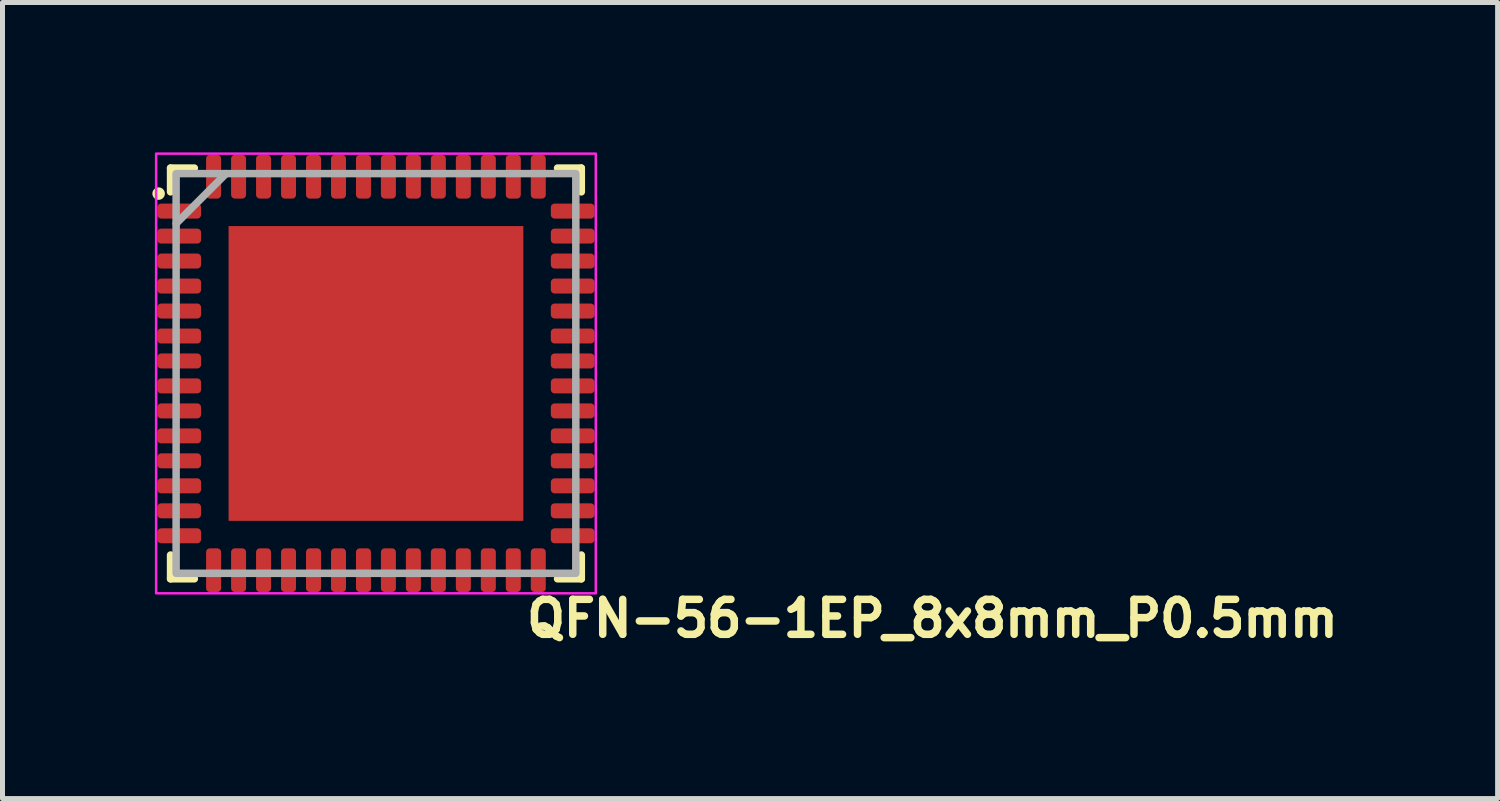
<source format=kicad_pcb>
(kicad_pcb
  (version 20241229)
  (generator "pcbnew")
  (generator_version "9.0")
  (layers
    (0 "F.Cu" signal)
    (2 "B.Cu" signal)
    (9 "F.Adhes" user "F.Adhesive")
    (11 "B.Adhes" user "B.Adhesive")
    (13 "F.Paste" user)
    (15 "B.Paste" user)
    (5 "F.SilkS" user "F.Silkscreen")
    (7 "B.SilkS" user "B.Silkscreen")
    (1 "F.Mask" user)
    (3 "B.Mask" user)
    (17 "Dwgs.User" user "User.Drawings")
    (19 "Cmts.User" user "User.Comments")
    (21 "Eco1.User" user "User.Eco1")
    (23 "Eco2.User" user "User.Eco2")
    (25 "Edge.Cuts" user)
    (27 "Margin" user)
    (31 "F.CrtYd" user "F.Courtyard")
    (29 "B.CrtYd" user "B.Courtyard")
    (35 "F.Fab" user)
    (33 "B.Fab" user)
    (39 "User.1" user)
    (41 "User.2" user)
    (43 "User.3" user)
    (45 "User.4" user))
  (footprint "QFN-56-1EP_8x8mm_P0.5mm"
    (layer "F.Cu")
    (at 4.475 4.425)
    (property "Reference" "QFN-56-1EP_8x8mm_P0.5mm" (at 2.94 5.314 0) (layer "F.SilkS") (effects (font (size 0.7 0.7) (thickness 0.15)) (justify left bottom)))
    (attr smd)
    (fp_line (start -4.111 -3.635) (end -4.111 -4.111) (stroke (width 0.15) (type solid)) (layer "F.SilkS"))
    (fp_line (start -4.111 4.11) (end -4.111 3.634) (stroke (width 0.15) (type solid)) (layer "F.SilkS"))
    (fp_line (start -3.635 -4.111) (end -4.111 -4.111) (stroke (width 0.15) (type solid)) (layer "F.SilkS"))
    (fp_line (start -3.635 4.11) (end -4.111 4.11) (stroke (width 0.15) (type solid)) (layer "F.SilkS"))
    (fp_line (start 3.634 -4.111) (end 4.11 -4.111) (stroke (width 0.15) (type solid)) (layer "F.SilkS"))
    (fp_line (start 3.634 4.11) (end 4.11 4.11) (stroke (width 0.15) (type solid)) (layer "F.SilkS"))
    (fp_line (start 4.11 -4.111) (end 4.11 -3.635) (stroke (width 0.15) (type solid)) (layer "F.SilkS"))
    (fp_line (start 4.11 4.11) (end 4.11 3.634) (stroke (width 0.15) (type solid)) (layer "F.SilkS"))
    (fp_circle (center -4.35 -3.6) (end -4.3 -3.6) (stroke (width 0.15) (type solid)) (fill yes) (layer "F.SilkS"))
    (fp_rect (start 4.4 4.4) (end -4.4 -4.4) (stroke (width 0.05) (type solid)) (fill no) (layer "F.CrtYd"))
    (fp_line (start -4 -3) (end -3 -4) (stroke (width 0.15) (type solid)) (layer "F.Fab"))
    (fp_rect (start 4 4) (end -4 -4) (stroke (width 0.15) (type solid)) (fill no) (layer "F.Fab"))
    (fp_rect (start -4.05 -4.05) (end 4.05 4.05) (stroke (width 0.15) (type solid)) (fill no) (layer "User.5"))
    (fp_line (start -4.05 -3.375) (end -4 -3.375) (stroke (width 0.01) (type solid)) (layer "User.9"))
    (fp_line (start -4.05 -3.125) (end -4.05 -3.375) (stroke (width 0.01) (type solid)) (layer "User.9"))
    (fp_line (start -4.05 -3.125) (end -4 -3.125) (stroke (width 0.01) (type solid)) (layer "User.9"))
    (fp_line (start -4.05 -2.875) (end -4 -2.875) (stroke (width 0.01) (type solid)) (layer "User.9"))
    (fp_line (start -4.05 -2.625) (end -4.05 -2.875) (stroke (width 0.01) (type solid)) (layer "User.9"))
    (fp_line (start -4.05 -2.625) (end -4 -2.625) (stroke (width 0.01) (type solid)) (layer "User.9"))
    (fp_line (start -4.05 -2.375) (end -4 -2.375) (stroke (width 0.01) (type solid)) (layer "User.9"))
    (fp_line (start -4.05 -2.125) (end -4.05 -2.375) (stroke (width 0.01) (type solid)) (layer "User.9"))
    (fp_line (start -4.05 -2.125) (end -4 -2.125) (stroke (width 0.01) (type solid)) (layer "User.9"))
    (fp_line (start -4.05 -1.875) (end -4 -1.875) (stroke (width 0.01) (type solid)) (layer "User.9"))
    (fp_line (start -4.05 -1.625) (end -4.05 -1.875) (stroke (width 0.01) (type solid)) (layer "User.9"))
    (fp_line (start -4.05 -1.625) (end -4 -1.625) (stroke (width 0.01) (type solid)) (layer "User.9"))
    (fp_line (start -4.05 -1.375) (end -4 -1.375) (stroke (width 0.01) (type solid)) (layer "User.9"))
    (fp_line (start -4.05 -1.125) (end -4.05 -1.375) (stroke (width 0.01) (type solid)) (layer "User.9"))
    (fp_line (start -4.05 -1.125) (end -4 -1.125) (stroke (width 0.01) (type solid)) (layer "User.9"))
    (fp_line (start -4.05 -0.875) (end -4 -0.875) (stroke (width 0.01) (type solid)) (layer "User.9"))
    (fp_line (start -4.05 -0.625) (end -4.05 -0.875) (stroke (width 0.01) (type solid)) (layer "User.9"))
    (fp_line (start -4.05 -0.625) (end -4 -0.625) (stroke (width 0.01) (type solid)) (layer "User.9"))
    (fp_line (start -4.05 -0.375) (end -4 -0.375) (stroke (width 0.01) (type solid)) (layer "User.9"))
    (fp_line (start -4.05 -0.125) (end -4.05 -0.375) (stroke (width 0.01) (type solid)) (layer "User.9"))
    (fp_line (start -4.05 -0.125) (end -4 -0.125) (stroke (width 0.01) (type solid)) (layer "User.9"))
    (fp_line (start -4.05 0.125) (end -4 0.125) (stroke (width 0.01) (type solid)) (layer "User.9"))
    (fp_line (start -4.05 0.375) (end -4.05 0.125) (stroke (width 0.01) (type solid)) (layer "User.9"))
    (fp_line (start -4.05 0.375) (end -4 0.375) (stroke (width 0.01) (type solid)) (layer "User.9"))
    (fp_line (start -4.05 0.625) (end -4 0.625) (stroke (width 0.01) (type solid)) (layer "User.9"))
    (fp_line (start -4.05 0.875) (end -4.05 0.625) (stroke (width 0.01) (type solid)) (layer "User.9"))
    (fp_line (start -4.05 0.875) (end -4 0.875) (stroke (width 0.01) (type solid)) (layer "User.9"))
    (fp_line (start -4.05 1.125) (end -4 1.125) (stroke (width 0.01) (type solid)) (layer "User.9"))
    (fp_line (start -4.05 1.375) (end -4.05 1.125) (stroke (width 0.01) (type solid)) (layer "User.9"))
    (fp_line (start -4.05 1.375) (end -4 1.375) (stroke (width 0.01) (type solid)) (layer "User.9"))
    (fp_line (start -4.05 1.625) (end -4 1.625) (stroke (width 0.01) (type solid)) (layer "User.9"))
    (fp_line (start -4.05 1.875) (end -4.05 1.625) (stroke (width 0.01) (type solid)) (layer "User.9"))
    (fp_line (start -4.05 1.875) (end -4 1.875) (stroke (width 0.01) (type solid)) (layer "User.9"))
    (fp_line (start -4.05 2.125) (end -4 2.125) (stroke (width 0.01) (type solid)) (layer "User.9"))
    (fp_line (start -4.05 2.375) (end -4.05 2.125) (stroke (width 0.01) (type solid)) (layer "User.9"))
    (fp_line (start -4.05 2.375) (end -4 2.375) (stroke (width 0.01) (type solid)) (layer "User.9"))
    (fp_line (start -4.05 2.625) (end -4 2.625) (stroke (width 0.01) (type solid)) (layer "User.9"))
    (fp_line (start -4.05 2.875) (end -4.05 2.625) (stroke (width 0.01) (type solid)) (layer "User.9"))
    (fp_line (start -4.05 2.875) (end -4 2.875) (stroke (width 0.01) (type solid)) (layer "User.9"))
    (fp_line (start -4.05 3.125) (end -4 3.125) (stroke (width 0.01) (type solid)) (layer "User.9"))
    (fp_line (start -4.05 3.375) (end -4.05 3.125) (stroke (width 0.01) (type solid)) (layer "User.9"))
    (fp_line (start -4.05 3.375) (end -4 3.375) (stroke (width 0.01) (type solid)) (layer "User.9"))
    (fp_line (start -4 -4) (end 4 -4) (stroke (width 0.01) (type solid)) (layer "User.9"))
    (fp_line (start -4 4) (end -4 -4) (stroke (width 0.01) (type solid)) (layer "User.9"))
    (fp_line (start -4 4) (end 4 4) (stroke (width 0.01) (type solid)) (layer "User.9"))
    (fp_line (start -3.375 -4.05) (end -3.375 -4) (stroke (width 0.01) (type solid)) (layer "User.9"))
    (fp_line (start -3.375 -4.05) (end -3.125 -4.05) (stroke (width 0.01) (type solid)) (layer "User.9"))
    (fp_line (start -3.375 4.05) (end -3.375 4) (stroke (width 0.01) (type solid)) (layer "User.9"))
    (fp_line (start -3.375 4.05) (end -3.125 4.05) (stroke (width 0.01) (type solid)) (layer "User.9"))
    (fp_line (start -3.125 -4.05) (end -3.125 -4) (stroke (width 0.01) (type solid)) (layer "User.9"))
    (fp_line (start -3.125 4.05) (end -3.125 4) (stroke (width 0.01) (type solid)) (layer "User.9"))
    (fp_line (start -2.875 -4.05) (end -2.875 -4) (stroke (width 0.01) (type solid)) (layer "User.9"))
    (fp_line (start -2.875 -4.05) (end -2.625 -4.05) (stroke (width 0.01) (type solid)) (layer "User.9"))
    (fp_line (start -2.875 4.05) (end -2.875 4) (stroke (width 0.01) (type solid)) (layer "User.9"))
    (fp_line (start -2.875 4.05) (end -2.625 4.05) (stroke (width 0.01) (type solid)) (layer "User.9"))
    (fp_line (start -2.625 -4.05) (end -2.625 -4) (stroke (width 0.01) (type solid)) (layer "User.9"))
    (fp_line (start -2.625 4.05) (end -2.625 4) (stroke (width 0.01) (type solid)) (layer "User.9"))
    (fp_line (start -2.375 -4.05) (end -2.375 -4) (stroke (width 0.01) (type solid)) (layer "User.9"))
    (fp_line (start -2.375 -4.05) (end -2.125 -4.05) (stroke (width 0.01) (type solid)) (layer "User.9"))
    (fp_line (start -2.375 4.05) (end -2.375 4) (stroke (width 0.01) (type solid)) (layer "User.9"))
    (fp_line (start -2.375 4.05) (end -2.125 4.05) (stroke (width 0.01) (type solid)) (layer "User.9"))
    (fp_line (start -2.125 -4.05) (end -2.125 -4) (stroke (width 0.01) (type solid)) (layer "User.9"))
    (fp_line (start -2.125 4.05) (end -2.125 4) (stroke (width 0.01) (type solid)) (layer "User.9"))
    (fp_line (start -1.875 -4.05) (end -1.875 -4) (stroke (width 0.01) (type solid)) (layer "User.9"))
    (fp_line (start -1.875 -4.05) (end -1.625 -4.05) (stroke (width 0.01) (type solid)) (layer "User.9"))
    (fp_line (start -1.875 4.05) (end -1.875 4) (stroke (width 0.01) (type solid)) (layer "User.9"))
    (fp_line (start -1.875 4.05) (end -1.625 4.05) (stroke (width 0.01) (type solid)) (layer "User.9"))
    (fp_line (start -1.625 -4.05) (end -1.625 -4) (stroke (width 0.01) (type solid)) (layer "User.9"))
    (fp_line (start -1.625 4.05) (end -1.625 4) (stroke (width 0.01) (type solid)) (layer "User.9"))
    (fp_line (start -1.375 -4.05) (end -1.375 -4) (stroke (width 0.01) (type solid)) (layer "User.9"))
    (fp_line (start -1.375 -4.05) (end -1.125 -4.05) (stroke (width 0.01) (type solid)) (layer "User.9"))
    (fp_line (start -1.375 4.05) (end -1.375 4) (stroke (width 0.01) (type solid)) (layer "User.9"))
    (fp_line (start -1.375 4.05) (end -1.125 4.05) (stroke (width 0.01) (type solid)) (layer "User.9"))
    (fp_line (start -1.125 -4.05) (end -1.125 -4) (stroke (width 0.01) (type solid)) (layer "User.9"))
    (fp_line (start -1.125 4.05) (end -1.125 4) (stroke (width 0.01) (type solid)) (layer "User.9"))
    (fp_line (start -0.875 -4.05) (end -0.875 -4) (stroke (width 0.01) (type solid)) (layer "User.9"))
    (fp_line (start -0.875 -4.05) (end -0.625 -4.05) (stroke (width 0.01) (type solid)) (layer "User.9"))
    (fp_line (start -0.875 4.05) (end -0.875 4) (stroke (width 0.01) (type solid)) (layer "User.9"))
    (fp_line (start -0.875 4.05) (end -0.625 4.05) (stroke (width 0.01) (type solid)) (layer "User.9"))
    (fp_line (start -0.625 -4.05) (end -0.625 -4) (stroke (width 0.01) (type solid)) (layer "User.9"))
    (fp_line (start -0.625 4.05) (end -0.625 4) (stroke (width 0.01) (type solid)) (layer "User.9"))
    (fp_line (start -0.375 -4.05) (end -0.375 -4) (stroke (width 0.01) (type solid)) (layer "User.9"))
    (fp_line (start -0.375 -4.05) (end -0.125 -4.05) (stroke (width 0.01) (type solid)) (layer "User.9"))
    (fp_line (start -0.375 4.05) (end -0.375 4) (stroke (width 0.01) (type solid)) (layer "User.9"))
    (fp_line (start -0.375 4.05) (end -0.125 4.05) (stroke (width 0.01) (type solid)) (layer "User.9"))
    (fp_line (start -0.125 -4.05) (end -0.125 -4) (stroke (width 0.01) (type solid)) (layer "User.9"))
    (fp_line (start -0.125 4.05) (end -0.125 4) (stroke (width 0.01) (type solid)) (layer "User.9"))
    (fp_line (start 0.125 -4.05) (end 0.125 -4) (stroke (width 0.01) (type solid)) (layer "User.9"))
    (fp_line (start 0.125 -4.05) (end 0.375 -4.05) (stroke (width 0.01) (type solid)) (layer "User.9"))
    (fp_line (start 0.125 4.05) (end 0.125 4) (stroke (width 0.01) (type solid)) (layer "User.9"))
    (fp_line (start 0.125 4.05) (end 0.375 4.05) (stroke (width 0.01) (type solid)) (layer "User.9"))
    (fp_line (start 0.375 -4.05) (end 0.375 -4) (stroke (width 0.01) (type solid)) (layer "User.9"))
    (fp_line (start 0.375 4.05) (end 0.375 4) (stroke (width 0.01) (type solid)) (layer "User.9"))
    (fp_line (start 0.625 -4.05) (end 0.625 -4) (stroke (width 0.01) (type solid)) (layer "User.9"))
    (fp_line (start 0.625 -4.05) (end 0.875 -4.05) (stroke (width 0.01) (type solid)) (layer "User.9"))
    (fp_line (start 0.625 4.05) (end 0.625 4) (stroke (width 0.01) (type solid)) (layer "User.9"))
    (fp_line (start 0.625 4.05) (end 0.875 4.05) (stroke (width 0.01) (type solid)) (layer "User.9"))
    (fp_line (start 0.875 -4.05) (end 0.875 -4) (stroke (width 0.01) (type solid)) (layer "User.9"))
    (fp_line (start 0.875 4.05) (end 0.875 4) (stroke (width 0.01) (type solid)) (layer "User.9"))
    (fp_line (start 1.125 -4.05) (end 1.125 -4) (stroke (width 0.01) (type solid)) (layer "User.9"))
    (fp_line (start 1.125 -4.05) (end 1.375 -4.05) (stroke (width 0.01) (type solid)) (layer "User.9"))
    (fp_line (start 1.125 4.05) (end 1.125 4) (stroke (width 0.01) (type solid)) (layer "User.9"))
    (fp_line (start 1.125 4.05) (end 1.375 4.05) (stroke (width 0.01) (type solid)) (layer "User.9"))
    (fp_line (start 1.375 -4.05) (end 1.375 -4) (stroke (width 0.01) (type solid)) (layer "User.9"))
    (fp_line (start 1.375 4.05) (end 1.375 4) (stroke (width 0.01) (type solid)) (layer "User.9"))
    (fp_line (start 1.625 -4.05) (end 1.625 -4) (stroke (width 0.01) (type solid)) (layer "User.9"))
    (fp_line (start 1.625 -4.05) (end 1.875 -4.05) (stroke (width 0.01) (type solid)) (layer "User.9"))
    (fp_line (start 1.625 4.05) (end 1.625 4) (stroke (width 0.01) (type solid)) (layer "User.9"))
    (fp_line (start 1.625 4.05) (end 1.875 4.05) (stroke (width 0.01) (type solid)) (layer "User.9"))
    (fp_line (start 1.875 -4.05) (end 1.875 -4) (stroke (width 0.01) (type solid)) (layer "User.9"))
    (fp_line (start 1.875 4.05) (end 1.875 4) (stroke (width 0.01) (type solid)) (layer "User.9"))
    (fp_line (start 2.125 -4.05) (end 2.125 -4) (stroke (width 0.01) (type solid)) (layer "User.9"))
    (fp_line (start 2.125 -4.05) (end 2.375 -4.05) (stroke (width 0.01) (type solid)) (layer "User.9"))
    (fp_line (start 2.125 4.05) (end 2.125 4) (stroke (width 0.01) (type solid)) (layer "User.9"))
    (fp_line (start 2.125 4.05) (end 2.375 4.05) (stroke (width 0.01) (type solid)) (layer "User.9"))
    (fp_line (start 2.375 -4.05) (end 2.375 -4) (stroke (width 0.01) (type solid)) (layer "User.9"))
    (fp_line (start 2.375 4.05) (end 2.375 4) (stroke (width 0.01) (type solid)) (layer "User.9"))
    (fp_line (start 2.625 -4.05) (end 2.625 -4) (stroke (width 0.01) (type solid)) (layer "User.9"))
    (fp_line (start 2.625 -4.05) (end 2.875 -4.05) (stroke (width 0.01) (type solid)) (layer "User.9"))
    (fp_line (start 2.625 4.05) (end 2.625 4) (stroke (width 0.01) (type solid)) (layer "User.9"))
    (fp_line (start 2.625 4.05) (end 2.875 4.05) (stroke (width 0.01) (type solid)) (layer "User.9"))
    (fp_line (start 2.875 -4.05) (end 2.875 -4) (stroke (width 0.01) (type solid)) (layer "User.9"))
    (fp_line (start 2.875 4.05) (end 2.875 4) (stroke (width 0.01) (type solid)) (layer "User.9"))
    (fp_line (start 3.125 -4.05) (end 3.125 -4) (stroke (width 0.01) (type solid)) (layer "User.9"))
    (fp_line (start 3.125 -4.05) (end 3.375 -4.05) (stroke (width 0.01) (type solid)) (layer "User.9"))
    (fp_line (start 3.125 4.05) (end 3.125 4) (stroke (width 0.01) (type solid)) (layer "User.9"))
    (fp_line (start 3.125 4.05) (end 3.375 4.05) (stroke (width 0.01) (type solid)) (layer "User.9"))
    (fp_line (start 3.375 -4.05) (end 3.375 -4) (stroke (width 0.01) (type solid)) (layer "User.9"))
    (fp_line (start 3.375 4.05) (end 3.375 4) (stroke (width 0.01) (type solid)) (layer "User.9"))
    (fp_line (start 4 4) (end 4 -4) (stroke (width 0.01) (type solid)) (layer "User.9"))
    (fp_line (start 4.05 -3.375) (end 4 -3.375) (stroke (width 0.01) (type solid)) (layer "User.9"))
    (fp_line (start 4.05 -3.125) (end 4 -3.125) (stroke (width 0.01) (type solid)) (layer "User.9"))
    (fp_line (start 4.05 -3.125) (end 4.05 -3.375) (stroke (width 0.01) (type solid)) (layer "User.9"))
    (fp_line (start 4.05 -2.875) (end 4 -2.875) (stroke (width 0.01) (type solid)) (layer "User.9"))
    (fp_line (start 4.05 -2.625) (end 4 -2.625) (stroke (width 0.01) (type solid)) (layer "User.9"))
    (fp_line (start 4.05 -2.625) (end 4.05 -2.875) (stroke (width 0.01) (type solid)) (layer "User.9"))
    (fp_line (start 4.05 -2.375) (end 4 -2.375) (stroke (width 0.01) (type solid)) (layer "User.9"))
    (fp_line (start 4.05 -2.125) (end 4 -2.125) (stroke (width 0.01) (type solid)) (layer "User.9"))
    (fp_line (start 4.05 -2.125) (end 4.05 -2.375) (stroke (width 0.01) (type solid)) (layer "User.9"))
    (fp_line (start 4.05 -1.875) (end 4 -1.875) (stroke (width 0.01) (type solid)) (layer "User.9"))
    (fp_line (start 4.05 -1.625) (end 4 -1.625) (stroke (width 0.01) (type solid)) (layer "User.9"))
    (fp_line (start 4.05 -1.625) (end 4.05 -1.875) (stroke (width 0.01) (type solid)) (layer "User.9"))
    (fp_line (start 4.05 -1.375) (end 4 -1.375) (stroke (width 0.01) (type solid)) (layer "User.9"))
    (fp_line (start 4.05 -1.125) (end 4 -1.125) (stroke (width 0.01) (type solid)) (layer "User.9"))
    (fp_line (start 4.05 -1.125) (end 4.05 -1.375) (stroke (width 0.01) (type solid)) (layer "User.9"))
    (fp_line (start 4.05 -0.875) (end 4 -0.875) (stroke (width 0.01) (type solid)) (layer "User.9"))
    (fp_line (start 4.05 -0.625) (end 4 -0.625) (stroke (width 0.01) (type solid)) (layer "User.9"))
    (fp_line (start 4.05 -0.625) (end 4.05 -0.875) (stroke (width 0.01) (type solid)) (layer "User.9"))
    (fp_line (start 4.05 -0.375) (end 4 -0.375) (stroke (width 0.01) (type solid)) (layer "User.9"))
    (fp_line (start 4.05 -0.125) (end 4 -0.125) (stroke (width 0.01) (type solid)) (layer "User.9"))
    (fp_line (start 4.05 -0.125) (end 4.05 -0.375) (stroke (width 0.01) (type solid)) (layer "User.9"))
    (fp_line (start 4.05 0.125) (end 4 0.125) (stroke (width 0.01) (type solid)) (layer "User.9"))
    (fp_line (start 4.05 0.375) (end 4 0.375) (stroke (width 0.01) (type solid)) (layer "User.9"))
    (fp_line (start 4.05 0.375) (end 4.05 0.125) (stroke (width 0.01) (type solid)) (layer "User.9"))
    (fp_line (start 4.05 0.625) (end 4 0.625) (stroke (width 0.01) (type solid)) (layer "User.9"))
    (fp_line (start 4.05 0.875) (end 4 0.875) (stroke (width 0.01) (type solid)) (layer "User.9"))
    (fp_line (start 4.05 0.875) (end 4.05 0.625) (stroke (width 0.01) (type solid)) (layer "User.9"))
    (fp_line (start 4.05 1.125) (end 4 1.125) (stroke (width 0.01) (type solid)) (layer "User.9"))
    (fp_line (start 4.05 1.375) (end 4 1.375) (stroke (width 0.01) (type solid)) (layer "User.9"))
    (fp_line (start 4.05 1.375) (end 4.05 1.125) (stroke (width 0.01) (type solid)) (layer "User.9"))
    (fp_line (start 4.05 1.625) (end 4 1.625) (stroke (width 0.01) (type solid)) (layer "User.9"))
    (fp_line (start 4.05 1.875) (end 4 1.875) (stroke (width 0.01) (type solid)) (layer "User.9"))
    (fp_line (start 4.05 1.875) (end 4.05 1.625) (stroke (width 0.01) (type solid)) (layer "User.9"))
    (fp_line (start 4.05 2.125) (end 4 2.125) (stroke (width 0.01) (type solid)) (layer "User.9"))
    (fp_line (start 4.05 2.375) (end 4 2.375) (stroke (width 0.01) (type solid)) (layer "User.9"))
    (fp_line (start 4.05 2.375) (end 4.05 2.125) (stroke (width 0.01) (type solid)) (layer "User.9"))
    (fp_line (start 4.05 2.625) (end 4 2.625) (stroke (width 0.01) (type solid)) (layer "User.9"))
    (fp_line (start 4.05 2.875) (end 4 2.875) (stroke (width 0.01) (type solid)) (layer "User.9"))
    (fp_line (start 4.05 2.875) (end 4.05 2.625) (stroke (width 0.01) (type solid)) (layer "User.9"))
    (fp_line (start 4.05 3.125) (end 4 3.125) (stroke (width 0.01) (type solid)) (layer "User.9"))
    (fp_line (start 4.05 3.375) (end 4 3.375) (stroke (width 0.01) (type solid)) (layer "User.9"))
    (fp_line (start 4.05 3.375) (end 4.05 3.125) (stroke (width 0.01) (type solid)) (layer "User.9"))
    (fp_circle (center -3.1 -3.1) (end -2.8 -3.1) (stroke (width 0.02) (type solid)) (fill no) (layer "User.9"))
    (pad "" smd roundrect (at -2.101 -2.101) (size 1.13 1.13) (layers "F.Paste") (roundrect_rratio 0.221))
    (pad "" smd roundrect (at -2.101 -0.7) (size 1.13 1.13) (layers "F.Paste") (roundrect_rratio 0.221))
    (pad "" smd roundrect (at -2.101 0.699) (size 1.13 1.13) (layers "F.Paste") (roundrect_rratio 0.221))
    (pad "" smd roundrect (at -2.101 2.1) (size 1.13 1.13) (layers "F.Paste") (roundrect_rratio 0.221))
    (pad "" smd roundrect (at -0.7 -2.101) (size 1.13 1.13) (layers "F.Paste") (roundrect_rratio 0.221))
    (pad "" smd roundrect (at -0.7 -0.7) (size 1.13 1.13) (layers "F.Paste") (roundrect_rratio 0.221))
    (pad "" smd roundrect (at -0.7 0.699) (size 1.13 1.13) (layers "F.Paste") (roundrect_rratio 0.221))
    (pad "" smd roundrect (at -0.7 2.1) (size 1.13 1.13) (layers "F.Paste") (roundrect_rratio 0.221))
    (pad "" smd roundrect (at 0.699 -2.101) (size 1.13 1.13) (layers "F.Paste") (roundrect_rratio 0.221))
    (pad "" smd roundrect (at 0.699 -0.7) (size 1.13 1.13) (layers "F.Paste") (roundrect_rratio 0.221))
    (pad "" smd roundrect (at 0.699 0.699) (size 1.13 1.13) (layers "F.Paste") (roundrect_rratio 0.221))
    (pad "" smd roundrect (at 0.699 2.1) (size 1.13 1.13) (layers "F.Paste") (roundrect_rratio 0.221))
    (pad "" smd roundrect (at 2.1 -2.101) (size 1.13 1.13) (layers "F.Paste") (roundrect_rratio 0.221))
    (pad "" smd roundrect (at 2.1 -0.7) (size 1.13 1.13) (layers "F.Paste") (roundrect_rratio 0.221))
    (pad "" smd roundrect (at 2.1 0.699) (size 1.13 1.13) (layers "F.Paste") (roundrect_rratio 0.221))
    (pad "" smd roundrect (at 2.1 2.1) (size 1.13 1.13) (layers "F.Paste") (roundrect_rratio 0.221))
    (pad "1" smd roundrect (at -3.938 -3.25) (size 0.875 0.3) (layers "F.Cu" "F.Mask" "F.Paste") (roundrect_rratio 0.25))
    (pad "2" smd roundrect (at -3.938 -2.75) (size 0.875 0.3) (layers "F.Cu" "F.Mask" "F.Paste") (roundrect_rratio 0.25))
    (pad "3" smd roundrect (at -3.938 -2.25) (size 0.875 0.3) (layers "F.Cu" "F.Mask" "F.Paste") (roundrect_rratio 0.25))
    (pad "4" smd roundrect (at -3.938 -1.75) (size 0.875 0.3) (layers "F.Cu" "F.Mask" "F.Paste") (roundrect_rratio 0.25))
    (pad "5" smd roundrect (at -3.938 -1.25) (size 0.875 0.3) (layers "F.Cu" "F.Mask" "F.Paste") (roundrect_rratio 0.25))
    (pad "6" smd roundrect (at -3.938 -0.75) (size 0.875 0.3) (layers "F.Cu" "F.Mask" "F.Paste") (roundrect_rratio 0.25))
    (pad "7" smd roundrect (at -3.938 -0.25) (size 0.875 0.3) (layers "F.Cu" "F.Mask" "F.Paste") (roundrect_rratio 0.25))
    (pad "8" smd roundrect (at -3.938 0.249) (size 0.875 0.3) (layers "F.Cu" "F.Mask" "F.Paste") (roundrect_rratio 0.25))
    (pad "9" smd roundrect (at -3.938 0.749) (size 0.875 0.3) (layers "F.Cu" "F.Mask" "F.Paste") (roundrect_rratio 0.25))
    (pad "10" smd roundrect (at -3.938 1.249) (size 0.875 0.3) (layers "F.Cu" "F.Mask" "F.Paste") (roundrect_rratio 0.25))
    (pad "11" smd roundrect (at -3.938 1.749) (size 0.875 0.3) (layers "F.Cu" "F.Mask" "F.Paste") (roundrect_rratio 0.25))
    (pad "12" smd roundrect (at -3.938 2.249) (size 0.875 0.3) (layers "F.Cu" "F.Mask" "F.Paste") (roundrect_rratio 0.25))
    (pad "13" smd roundrect (at -3.938 2.749) (size 0.875 0.3) (layers "F.Cu" "F.Mask" "F.Paste") (roundrect_rratio 0.25))
    (pad "14" smd roundrect (at -3.938 3.249) (size 0.875 0.3) (layers "F.Cu" "F.Mask" "F.Paste") (roundrect_rratio 0.25))
    (pad "15" smd roundrect (at -3.25 3.937 90) (size 0.875 0.3) (layers "F.Cu" "F.Mask" "F.Paste") (roundrect_rratio 0.25))
    (pad "16" smd roundrect (at -2.75 3.937 90) (size 0.875 0.3) (layers "F.Cu" "F.Mask" "F.Paste") (roundrect_rratio 0.25))
    (pad "17" smd roundrect (at -2.25 3.937 90) (size 0.875 0.3) (layers "F.Cu" "F.Mask" "F.Paste") (roundrect_rratio 0.25))
    (pad "18" smd roundrect (at -1.75 3.937 90) (size 0.875 0.3) (layers "F.Cu" "F.Mask" "F.Paste") (roundrect_rratio 0.25))
    (pad "19" smd roundrect (at -1.25 3.937 90) (size 0.875 0.3) (layers "F.Cu" "F.Mask" "F.Paste") (roundrect_rratio 0.25))
    (pad "20" smd roundrect (at -0.75 3.937 90) (size 0.875 0.3) (layers "F.Cu" "F.Mask" "F.Paste") (roundrect_rratio 0.25))
    (pad "21" smd roundrect (at -0.25 3.937 90) (size 0.875 0.3) (layers "F.Cu" "F.Mask" "F.Paste") (roundrect_rratio 0.25))
    (pad "22" smd roundrect (at 0.249 3.937 90) (size 0.875 0.3) (layers "F.Cu" "F.Mask" "F.Paste") (roundrect_rratio 0.25))
    (pad "23" smd roundrect (at 0.749 3.937 90) (size 0.875 0.3) (layers "F.Cu" "F.Mask" "F.Paste") (roundrect_rratio 0.25))
    (pad "24" smd roundrect (at 1.249 3.937 90) (size 0.875 0.3) (layers "F.Cu" "F.Mask" "F.Paste") (roundrect_rratio 0.25))
    (pad "25" smd roundrect (at 1.749 3.937 90) (size 0.875 0.3) (layers "F.Cu" "F.Mask" "F.Paste") (roundrect_rratio 0.25))
    (pad "26" smd roundrect (at 2.249 3.937 90) (size 0.875 0.3) (layers "F.Cu" "F.Mask" "F.Paste") (roundrect_rratio 0.25))
    (pad "27" smd roundrect (at 2.749 3.937 90) (size 0.875 0.3) (layers "F.Cu" "F.Mask" "F.Paste") (roundrect_rratio 0.25))
    (pad "28" smd roundrect (at 3.249 3.937 90) (size 0.875 0.3) (layers "F.Cu" "F.Mask" "F.Paste") (roundrect_rratio 0.25))
    (pad "29" smd roundrect (at 3.937 3.249) (size 0.875 0.3) (layers "F.Cu" "F.Mask" "F.Paste") (roundrect_rratio 0.25))
    (pad "30" smd roundrect (at 3.937 2.749) (size 0.875 0.3) (layers "F.Cu" "F.Mask" "F.Paste") (roundrect_rratio 0.25))
    (pad "31" smd roundrect (at 3.937 2.249) (size 0.875 0.3) (layers "F.Cu" "F.Mask" "F.Paste") (roundrect_rratio 0.25))
    (pad "32" smd roundrect (at 3.937 1.749) (size 0.875 0.3) (layers "F.Cu" "F.Mask" "F.Paste") (roundrect_rratio 0.25))
    (pad "33" smd roundrect (at 3.937 1.249) (size 0.875 0.3) (layers "F.Cu" "F.Mask" "F.Paste") (roundrect_rratio 0.25))
    (pad "34" smd roundrect (at 3.937 0.749) (size 0.875 0.3) (layers "F.Cu" "F.Mask" "F.Paste") (roundrect_rratio 0.25))
    (pad "35" smd roundrect (at 3.937 0.249) (size 0.875 0.3) (layers "F.Cu" "F.Mask" "F.Paste") (roundrect_rratio 0.25))
    (pad "36" smd roundrect (at 3.937 -0.25) (size 0.875 0.3) (layers "F.Cu" "F.Mask" "F.Paste") (roundrect_rratio 0.25))
    (pad "37" smd roundrect (at 3.937 -0.75) (size 0.875 0.3) (layers "F.Cu" "F.Mask" "F.Paste") (roundrect_rratio 0.25))
    (pad "38" smd roundrect (at 3.937 -1.25) (size 0.875 0.3) (layers "F.Cu" "F.Mask" "F.Paste") (roundrect_rratio 0.25))
    (pad "39" smd roundrect (at 3.937 -1.75) (size 0.875 0.3) (layers "F.Cu" "F.Mask" "F.Paste") (roundrect_rratio 0.25))
    (pad "40" smd roundrect (at 3.937 -2.25) (size 0.875 0.3) (layers "F.Cu" "F.Mask" "F.Paste") (roundrect_rratio 0.25))
    (pad "41" smd roundrect (at 3.937 -2.75) (size 0.875 0.3) (layers "F.Cu" "F.Mask" "F.Paste") (roundrect_rratio 0.25))
    (pad "42" smd roundrect (at 3.937 -3.25) (size 0.875 0.3) (layers "F.Cu" "F.Mask" "F.Paste") (roundrect_rratio 0.25))
    (pad "43" smd roundrect (at 3.249 -3.938 90) (size 0.875 0.3) (layers "F.Cu" "F.Mask" "F.Paste") (roundrect_rratio 0.25))
    (pad "44" smd roundrect (at 2.749 -3.938 90) (size 0.875 0.3) (layers "F.Cu" "F.Mask" "F.Paste") (roundrect_rratio 0.25))
    (pad "45" smd roundrect (at 2.249 -3.938 90) (size 0.875 0.3) (layers "F.Cu" "F.Mask" "F.Paste") (roundrect_rratio 0.25))
    (pad "46" smd roundrect (at 1.749 -3.938 90) (size 0.875 0.3) (layers "F.Cu" "F.Mask" "F.Paste") (roundrect_rratio 0.25))
    (pad "47" smd roundrect (at 1.249 -3.938 90) (size 0.875 0.3) (layers "F.Cu" "F.Mask" "F.Paste") (roundrect_rratio 0.25))
    (pad "48" smd roundrect (at 0.749 -3.938 90) (size 0.875 0.3) (layers "F.Cu" "F.Mask" "F.Paste") (roundrect_rratio 0.25))
    (pad "49" smd roundrect (at 0.249 -3.938 90) (size 0.875 0.3) (layers "F.Cu" "F.Mask" "F.Paste") (roundrect_rratio 0.25))
    (pad "50" smd roundrect (at -0.25 -3.938 90) (size 0.875 0.3) (layers "F.Cu" "F.Mask" "F.Paste") (roundrect_rratio 0.25))
    (pad "51" smd roundrect (at -0.75 -3.938 90) (size 0.875 0.3) (layers "F.Cu" "F.Mask" "F.Paste") (roundrect_rratio 0.25))
    (pad "52" smd roundrect (at -1.25 -3.938 90) (size 0.875 0.3) (layers "F.Cu" "F.Mask" "F.Paste") (roundrect_rratio 0.25))
    (pad "53" smd roundrect (at -1.75 -3.938 90) (size 0.875 0.3) (layers "F.Cu" "F.Mask" "F.Paste") (roundrect_rratio 0.25))
    (pad "54" smd roundrect (at -2.25 -3.938 90) (size 0.875 0.3) (layers "F.Cu" "F.Mask" "F.Paste") (roundrect_rratio 0.25))
    (pad "55" smd roundrect (at -2.75 -3.938 90) (size 0.875 0.3) (layers "F.Cu" "F.Mask" "F.Paste") (roundrect_rratio 0.25))
    (pad "56" smd roundrect (at -3.25 -3.938 90) (size 0.875 0.3) (layers "F.Cu" "F.Mask" "F.Paste") (roundrect_rratio 0.25))
    (pad "57" smd rect (at 0 0) (size 5.9 5.9) (layers "F.Cu" "F.Mask")))
  (gr_rect
    (start -3 -3)
    (end 26.925 12.934)
    (stroke (width 0.1) (type default))
    (fill no)
    (layer "Edge.Cuts")))
</source>
